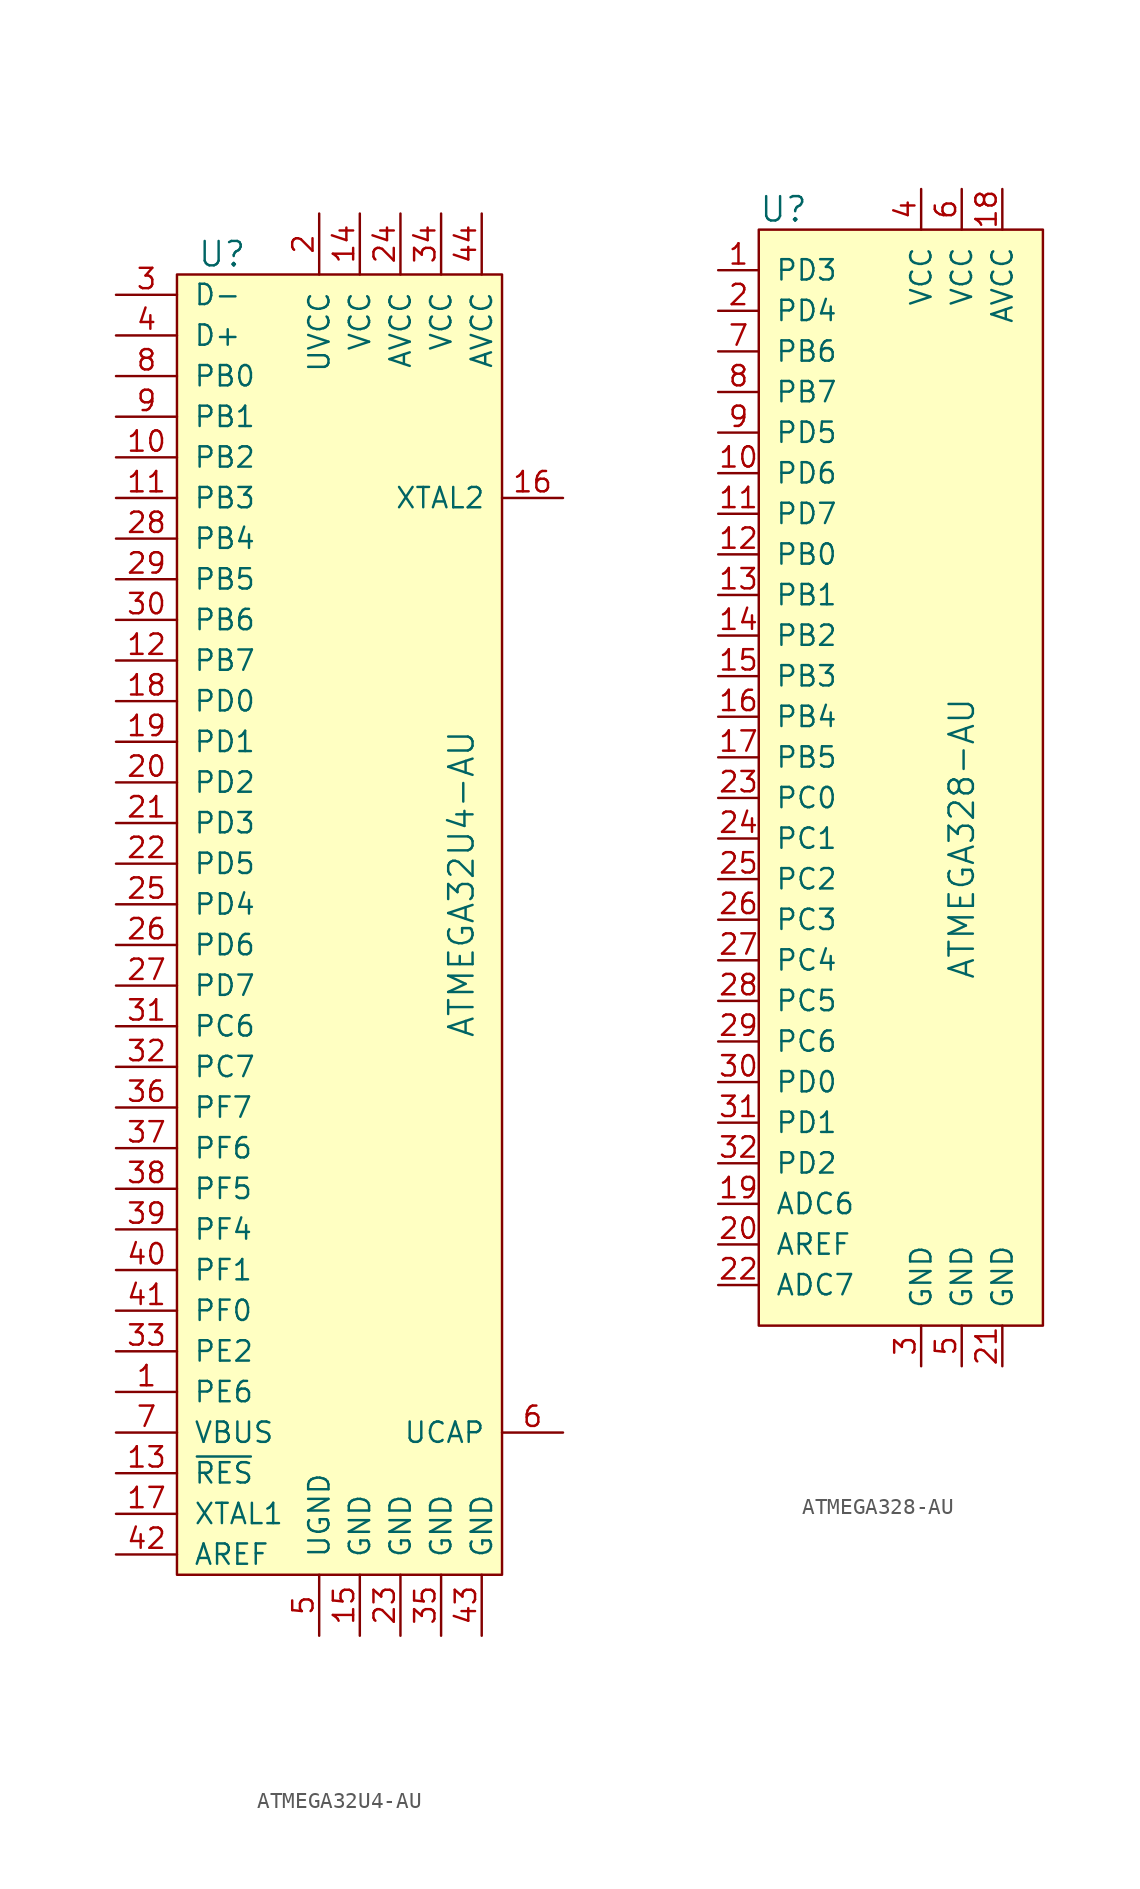
<source format=kicad_sym>
(kicad_symbol_lib
  (version 20201005)
  (generator kicad_symbol_editor)
  (symbol "ATMEGA32U4-AU"
    (pin_names
      (offset 1.016))
    (property "Reference" "U"
      (at -10.16 35.56 0)
      (effects (font (size 1.524 1.524)) (justify left)))
    (property "Value" "ATMEGA32U4-AU"
      (at 6.35 -3.81 90)
      (effects (font (size 1.524 1.524))))
    (symbol "ATMEGA32U4-AU_0_1"
      (rectangle (start -11.43 34.29) (end 8.89 -46.99) (stroke (width 0)) (fill (type background))))
    (symbol "ATMEGA32U4-AU_1_1"
      (pin bidirectional line (at -15.24 -35.56 0) (length 3.81) (name "PE6" (effects (font (size 1.27 1.27)))) (number "1" (effects (font (size 1.27 1.27)))))
      (pin power_in line (at -2.54 38.1 270) (length 3.81) (name "UVCC" (effects (font (size 1.27 1.27)))) (number "2" (effects (font (size 1.27 1.27)))))
      (pin bidirectional line (at -15.24 33.02 0) (length 3.81) (name "D-" (effects (font (size 1.27 1.27)))) (number "3" (effects (font (size 1.27 1.27)))))
      (pin bidirectional line (at -15.24 30.48 0) (length 3.81) (name "D+" (effects (font (size 1.27 1.27)))) (number "4" (effects (font (size 1.27 1.27)))))
      (pin power_in line (at -2.54 -50.8 90) (length 3.81) (name "UGND" (effects (font (size 1.27 1.27)))) (number "5" (effects (font (size 1.27 1.27)))))
      (pin unspecified line (at 12.7 -38.1 180) (length 3.81) (name "UCAP" (effects (font (size 1.27 1.27)))) (number "6" (effects (font (size 1.27 1.27)))))
      (pin input line (at -15.24 -38.1 0) (length 3.81) (name "VBUS" (effects (font (size 1.27 1.27)))) (number "7" (effects (font (size 1.27 1.27)))))
      (pin bidirectional line (at -15.24 27.94 0) (length 3.81) (name "PB0" (effects (font (size 1.27 1.27)))) (number "8" (effects (font (size 1.27 1.27)))))
      (pin bidirectional line (at -15.24 25.4 0) (length 3.81) (name "PB1" (effects (font (size 1.27 1.27)))) (number "9" (effects (font (size 1.27 1.27)))))
      (pin bidirectional line (at -15.24 22.86 0) (length 3.81) (name "PB2" (effects (font (size 1.27 1.27)))) (number "10" (effects (font (size 1.27 1.27)))))
      (pin bidirectional line (at -15.24 2.54 0) (length 3.81) (name "PD2" (effects (font (size 1.27 1.27)))) (number "20" (effects (font (size 1.27 1.27)))))
      (pin bidirectional line (at -15.24 12.7 0) (length 3.81) (name "PB6" (effects (font (size 1.27 1.27)))) (number "30" (effects (font (size 1.27 1.27)))))
      (pin bidirectional line (at -15.24 -27.94 0) (length 3.81) (name "PF1" (effects (font (size 1.27 1.27)))) (number "40" (effects (font (size 1.27 1.27)))))
      (pin bidirectional line (at -15.24 20.32 0) (length 3.81) (name "PB3" (effects (font (size 1.27 1.27)))) (number "11" (effects (font (size 1.27 1.27)))))
      (pin bidirectional line (at -15.24 0 0) (length 3.81) (name "PD3" (effects (font (size 1.27 1.27)))) (number "21" (effects (font (size 1.27 1.27)))))
      (pin bidirectional line (at -15.24 -12.7 0) (length 3.81) (name "PC6" (effects (font (size 1.27 1.27)))) (number "31" (effects (font (size 1.27 1.27)))))
      (pin bidirectional line (at -15.24 -30.48 0) (length 3.81) (name "PF0" (effects (font (size 1.27 1.27)))) (number "41" (effects (font (size 1.27 1.27)))))
      (pin bidirectional line (at -15.24 10.16 0) (length 3.81) (name "PB7" (effects (font (size 1.27 1.27)))) (number "12" (effects (font (size 1.27 1.27)))))
      (pin bidirectional line (at -15.24 -2.54 0) (length 3.81) (name "PD5" (effects (font (size 1.27 1.27)))) (number "22" (effects (font (size 1.27 1.27)))))
      (pin bidirectional line (at -15.24 -15.24 0) (length 3.81) (name "PC7" (effects (font (size 1.27 1.27)))) (number "32" (effects (font (size 1.27 1.27)))))
      (pin input line (at -15.24 -45.72 0) (length 3.81) (name "AREF" (effects (font (size 1.27 1.27)))) (number "42" (effects (font (size 1.27 1.27)))))
      (pin input line (at -15.24 -40.64 0) (length 3.81) (name "~RES" (effects (font (size 1.27 1.27)))) (number "13" (effects (font (size 1.27 1.27)))))
      (pin power_in line (at 2.54 -50.8 90) (length 3.81) (name "GND" (effects (font (size 1.27 1.27)))) (number "23" (effects (font (size 1.27 1.27)))))
      (pin bidirectional line (at -15.24 -33.02 0) (length 3.81) (name "PE2" (effects (font (size 1.27 1.27)))) (number "33" (effects (font (size 1.27 1.27)))))
      (pin power_in line (at 7.62 -50.8 90) (length 3.81) (name "GND" (effects (font (size 1.27 1.27)))) (number "43" (effects (font (size 1.27 1.27)))))
      (pin power_in line (at 0 38.1 270) (length 3.81) (name "VCC" (effects (font (size 1.27 1.27)))) (number "14" (effects (font (size 1.27 1.27)))))
      (pin power_in line (at 2.54 38.1 270) (length 3.81) (name "AVCC" (effects (font (size 1.27 1.27)))) (number "24" (effects (font (size 1.27 1.27)))))
      (pin power_in line (at 5.08 38.1 270) (length 3.81) (name "VCC" (effects (font (size 1.27 1.27)))) (number "34" (effects (font (size 1.27 1.27)))))
      (pin power_in line (at 7.62 38.1 270) (length 3.81) (name "AVCC" (effects (font (size 1.27 1.27)))) (number "44" (effects (font (size 1.27 1.27)))))
      (pin power_in line (at 0 -50.8 90) (length 3.81) (name "GND" (effects (font (size 1.27 1.27)))) (number "15" (effects (font (size 1.27 1.27)))))
      (pin bidirectional line (at -15.24 -5.08 0) (length 3.81) (name "PD4" (effects (font (size 1.27 1.27)))) (number "25" (effects (font (size 1.27 1.27)))))
      (pin power_in line (at 5.08 -50.8 90) (length 3.81) (name "GND" (effects (font (size 1.27 1.27)))) (number "35" (effects (font (size 1.27 1.27)))))
      (pin output line (at 12.7 20.32 180) (length 3.81) (name "XTAL2" (effects (font (size 1.27 1.27)))) (number "16" (effects (font (size 1.27 1.27)))))
      (pin bidirectional line (at -15.24 -7.62 0) (length 3.81) (name "PD6" (effects (font (size 1.27 1.27)))) (number "26" (effects (font (size 1.27 1.27)))))
      (pin bidirectional line (at -15.24 -17.78 0) (length 3.81) (name "PF7" (effects (font (size 1.27 1.27)))) (number "36" (effects (font (size 1.27 1.27)))))
      (pin input line (at -15.24 -43.18 0) (length 3.81) (name "XTAL1" (effects (font (size 1.27 1.27)))) (number "17" (effects (font (size 1.27 1.27)))))
      (pin bidirectional line (at -15.24 -10.16 0) (length 3.81) (name "PD7" (effects (font (size 1.27 1.27)))) (number "27" (effects (font (size 1.27 1.27)))))
      (pin bidirectional line (at -15.24 -20.32 0) (length 3.81) (name "PF6" (effects (font (size 1.27 1.27)))) (number "37" (effects (font (size 1.27 1.27)))))
      (pin bidirectional line (at -15.24 7.62 0) (length 3.81) (name "PD0" (effects (font (size 1.27 1.27)))) (number "18" (effects (font (size 1.27 1.27)))))
      (pin bidirectional line (at -15.24 17.78 0) (length 3.81) (name "PB4" (effects (font (size 1.27 1.27)))) (number "28" (effects (font (size 1.27 1.27)))))
      (pin bidirectional line (at -15.24 -22.86 0) (length 3.81) (name "PF5" (effects (font (size 1.27 1.27)))) (number "38" (effects (font (size 1.27 1.27)))))
      (pin bidirectional line (at -15.24 5.08 0) (length 3.81) (name "PD1" (effects (font (size 1.27 1.27)))) (number "19" (effects (font (size 1.27 1.27)))))
      (pin bidirectional line (at -15.24 15.24 0) (length 3.81) (name "PB5" (effects (font (size 1.27 1.27)))) (number "29" (effects (font (size 1.27 1.27)))))
      (pin bidirectional line (at -15.24 -25.4 0) (length 3.81) (name "PF4" (effects (font (size 1.27 1.27)))) (number "39" (effects (font (size 1.27 1.27)))))))
  (symbol "ATMEGA328-AU"
    (pin_names
      (offset 1.016))
    (property "Reference" "U"
      (at -10.16 13.97 0)
      (effects (font (size 1.524 1.524)) (justify left)))
    (property "Value" "ATMEGA328-AU"
      (at 2.54 -25.4 90)
      (effects (font (size 1.524 1.524))))
    (symbol "ATMEGA328-AU_0_1"
      (rectangle (start -10.16 12.7) (end 7.62 -55.88) (stroke (width 0)) (fill (type background))))
    (symbol "ATMEGA328-AU_1_1"
      (pin bidirectional line (at -12.7 10.16 0) (length 2.54) (name "PD3" (effects (font (size 1.27 1.27)))) (number "1" (effects (font (size 1.27 1.27)))))
      (pin bidirectional line (at -12.7 7.62 0) (length 2.54) (name "PD4" (effects (font (size 1.27 1.27)))) (number "2" (effects (font (size 1.27 1.27)))))
      (pin power_in line (at 0 -58.42 90) (length 2.54) (name "GND" (effects (font (size 1.27 1.27)))) (number "3" (effects (font (size 1.27 1.27)))))
      (pin power_in line (at 0 15.24 270) (length 2.54) (name "VCC" (effects (font (size 1.27 1.27)))) (number "4" (effects (font (size 1.27 1.27)))))
      (pin power_in line (at 2.54 -58.42 90) (length 2.54) (name "GND" (effects (font (size 1.27 1.27)))) (number "5" (effects (font (size 1.27 1.27)))))
      (pin power_in line (at 2.54 15.24 270) (length 2.54) (name "VCC" (effects (font (size 1.27 1.27)))) (number "6" (effects (font (size 1.27 1.27)))))
      (pin bidirectional line (at -12.7 5.08 0) (length 2.54) (name "PB6" (effects (font (size 1.27 1.27)))) (number "7" (effects (font (size 1.27 1.27)))))
      (pin bidirectional line (at -12.7 2.54 0) (length 2.54) (name "PB7" (effects (font (size 1.27 1.27)))) (number "8" (effects (font (size 1.27 1.27)))))
      (pin bidirectional line (at -12.7 0 0) (length 2.54) (name "PD5" (effects (font (size 1.27 1.27)))) (number "9" (effects (font (size 1.27 1.27)))))
      (pin bidirectional line (at -12.7 -2.54 0) (length 2.54) (name "PD6" (effects (font (size 1.27 1.27)))) (number "10" (effects (font (size 1.27 1.27)))))
      (pin input line (at -12.7 -50.8 0) (length 2.54) (name "AREF" (effects (font (size 1.27 1.27)))) (number "20" (effects (font (size 1.27 1.27)))))
      (pin input line (at -12.7 -40.64 0) (length 2.54) (name "PD0" (effects (font (size 1.27 1.27)))) (number "30" (effects (font (size 1.27 1.27)))))
      (pin bidirectional line (at -12.7 -5.08 0) (length 2.54) (name "PD7" (effects (font (size 1.27 1.27)))) (number "11" (effects (font (size 1.27 1.27)))))
      (pin power_in line (at 5.08 -58.42 90) (length 2.54) (name "GND" (effects (font (size 1.27 1.27)))) (number "21" (effects (font (size 1.27 1.27)))))
      (pin input line (at -12.7 -43.18 0) (length 2.54) (name "PD1" (effects (font (size 1.27 1.27)))) (number "31" (effects (font (size 1.27 1.27)))))
      (pin bidirectional line (at -12.7 -7.62 0) (length 2.54) (name "PB0" (effects (font (size 1.27 1.27)))) (number "12" (effects (font (size 1.27 1.27)))))
      (pin bidirectional line (at -12.7 -53.34 0) (length 2.54) (name "ADC7" (effects (font (size 1.27 1.27)))) (number "22" (effects (font (size 1.27 1.27)))))
      (pin input line (at -12.7 -45.72 0) (length 2.54) (name "PD2" (effects (font (size 1.27 1.27)))) (number "32" (effects (font (size 1.27 1.27)))))
      (pin bidirectional line (at -12.7 -10.16 0) (length 2.54) (name "PB1" (effects (font (size 1.27 1.27)))) (number "13" (effects (font (size 1.27 1.27)))))
      (pin bidirectional line (at -12.7 -22.86 0) (length 2.54) (name "PC0" (effects (font (size 1.27 1.27)))) (number "23" (effects (font (size 1.27 1.27)))))
      (pin bidirectional line (at -12.7 -12.7 0) (length 2.54) (name "PB2" (effects (font (size 1.27 1.27)))) (number "14" (effects (font (size 1.27 1.27)))))
      (pin bidirectional line (at -12.7 -25.4 0) (length 2.54) (name "PC1" (effects (font (size 1.27 1.27)))) (number "24" (effects (font (size 1.27 1.27)))))
      (pin bidirectional line (at -12.7 -15.24 0) (length 2.54) (name "PB3" (effects (font (size 1.27 1.27)))) (number "15" (effects (font (size 1.27 1.27)))))
      (pin bidirectional line (at -12.7 -27.94 0) (length 2.54) (name "PC2" (effects (font (size 1.27 1.27)))) (number "25" (effects (font (size 1.27 1.27)))))
      (pin bidirectional line (at -12.7 -17.78 0) (length 2.54) (name "PB4" (effects (font (size 1.27 1.27)))) (number "16" (effects (font (size 1.27 1.27)))))
      (pin input line (at -12.7 -30.48 0) (length 2.54) (name "PC3" (effects (font (size 1.27 1.27)))) (number "26" (effects (font (size 1.27 1.27)))))
      (pin bidirectional line (at -12.7 -20.32 0) (length 2.54) (name "PB5" (effects (font (size 1.27 1.27)))) (number "17" (effects (font (size 1.27 1.27)))))
      (pin input line (at -12.7 -33.02 0) (length 2.54) (name "PC4" (effects (font (size 1.27 1.27)))) (number "27" (effects (font (size 1.27 1.27)))))
      (pin power_in line (at 5.08 15.24 270) (length 2.54) (name "AVCC" (effects (font (size 1.27 1.27)))) (number "18" (effects (font (size 1.27 1.27)))))
      (pin input line (at -12.7 -35.56 0) (length 2.54) (name "PC5" (effects (font (size 1.27 1.27)))) (number "28" (effects (font (size 1.27 1.27)))))
      (pin bidirectional line (at -12.7 -48.26 0) (length 2.54) (name "ADC6" (effects (font (size 1.27 1.27)))) (number "19" (effects (font (size 1.27 1.27)))))
      (pin input line (at -12.7 -38.1 0) (length 2.54) (name "PC6" (effects (font (size 1.27 1.27)))) (number "29" (effects (font (size 1.27 1.27))))))))
</source>
